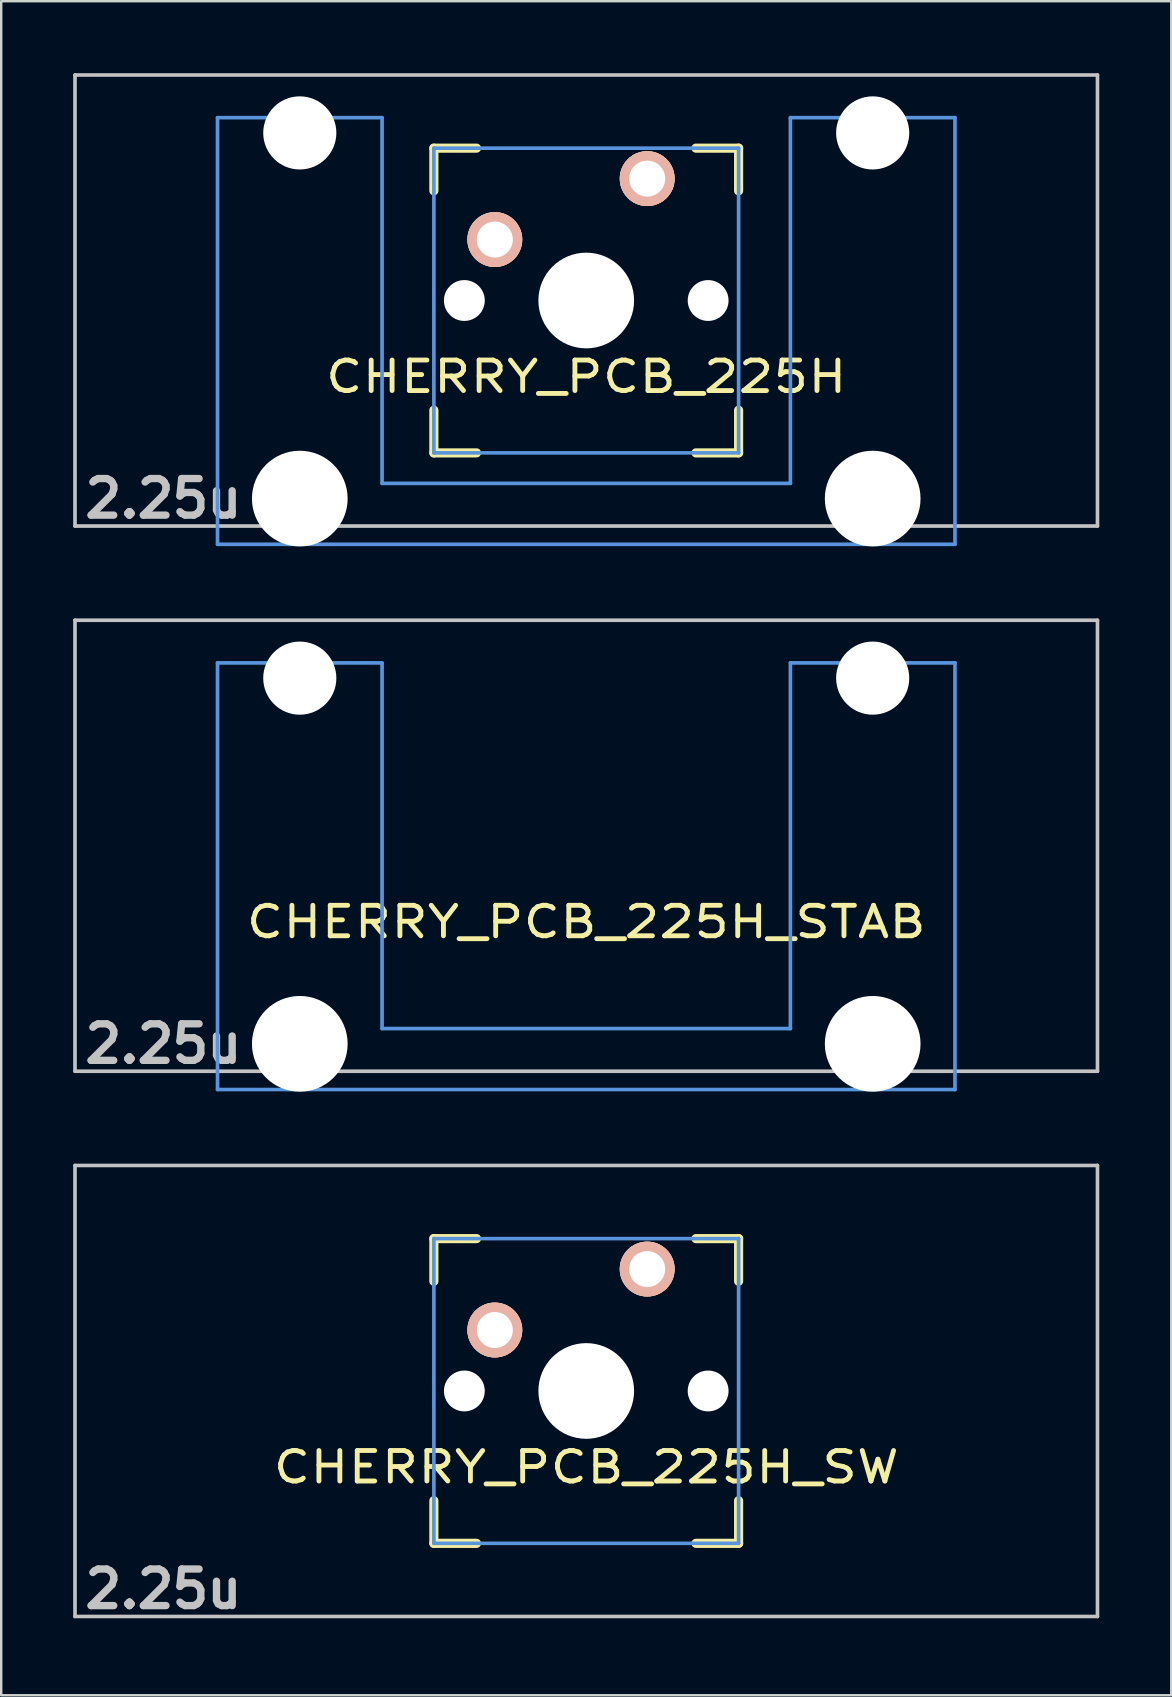
<source format=kicad_pcb>
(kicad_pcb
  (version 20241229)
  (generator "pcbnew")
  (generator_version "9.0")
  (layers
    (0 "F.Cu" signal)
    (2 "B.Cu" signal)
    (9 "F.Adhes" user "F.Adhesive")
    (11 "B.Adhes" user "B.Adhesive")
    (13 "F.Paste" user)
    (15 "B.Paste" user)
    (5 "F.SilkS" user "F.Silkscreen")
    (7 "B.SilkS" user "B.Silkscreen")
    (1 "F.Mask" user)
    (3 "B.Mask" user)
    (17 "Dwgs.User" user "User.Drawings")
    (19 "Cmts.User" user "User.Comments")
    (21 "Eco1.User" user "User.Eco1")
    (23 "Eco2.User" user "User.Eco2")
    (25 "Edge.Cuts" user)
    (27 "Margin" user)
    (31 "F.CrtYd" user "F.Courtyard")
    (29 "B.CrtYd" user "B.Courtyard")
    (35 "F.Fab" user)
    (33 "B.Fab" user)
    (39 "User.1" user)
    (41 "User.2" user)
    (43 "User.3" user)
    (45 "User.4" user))
  (footprint "CHERRY_PCB_225H_SW"
    (layer "F.Cu")
    (at 21.382 54.92)
    (property "Reference" "CHERRY_PCB_225H_SW" (at 0 3.175 0) (layer "F.SilkS") (effects (font (size 1.27 1.524) (thickness 0.203))))
    (attr through_hole)
    (fp_line (start -6.35 -6.35) (end -4.572 -6.35) (stroke (width 0.381) (type solid)) (layer "F.SilkS"))
    (fp_line (start -6.35 -4.572) (end -6.35 -6.35) (stroke (width 0.381) (type solid)) (layer "F.SilkS"))
    (fp_line (start -6.35 6.35) (end -6.35 4.572) (stroke (width 0.381) (type solid)) (layer "F.SilkS"))
    (fp_line (start -4.572 6.35) (end -6.35 6.35) (stroke (width 0.381) (type solid)) (layer "F.SilkS"))
    (fp_line (start 4.572 -6.35) (end 6.35 -6.35) (stroke (width 0.381) (type solid)) (layer "F.SilkS"))
    (fp_line (start 6.35 -6.35) (end 6.35 -4.572) (stroke (width 0.381) (type solid)) (layer "F.SilkS"))
    (fp_line (start 6.35 4.572) (end 6.35 6.35) (stroke (width 0.381) (type solid)) (layer "F.SilkS"))
    (fp_line (start 6.35 6.35) (end 4.572 6.35) (stroke (width 0.381) (type solid)) (layer "F.SilkS"))
    (fp_line (start -21.306 -9.398) (end 21.306 -9.398) (stroke (width 0.152) (type solid)) (layer "Dwgs.User"))
    (fp_line (start -21.306 9.398) (end -21.306 -9.398) (stroke (width 0.152) (type solid)) (layer "Dwgs.User"))
    (fp_line (start 21.306 -9.398) (end 21.306 9.398) (stroke (width 0.152) (type solid)) (layer "Dwgs.User"))
    (fp_line (start 21.306 9.398) (end -21.306 9.398) (stroke (width 0.152) (type solid)) (layer "Dwgs.User"))
    (fp_line (start -6.35 -6.35) (end 6.35 -6.35) (stroke (width 0.152) (type solid)) (layer "Cmts.User"))
    (fp_line (start -6.35 6.35) (end -6.35 -6.35) (stroke (width 0.152) (type solid)) (layer "Cmts.User"))
    (fp_line (start 6.35 -6.35) (end 6.35 6.35) (stroke (width 0.152) (type solid)) (layer "Cmts.User"))
    (fp_line (start 6.35 6.35) (end -6.35 6.35) (stroke (width 0.152) (type solid)) (layer "Cmts.User"))
    (fp_line (start -6.985 -6.985) (end 6.985 -6.985) (stroke (width 0.152) (type solid)) (layer "Eco2.User"))
    (fp_line (start -6.985 -4.877) (end -6.985 -6.985) (stroke (width 0.152) (type solid)) (layer "Eco2.User"))
    (fp_line (start -6.985 6.985) (end -6.985 5.817) (stroke (width 0.152) (type solid)) (layer "Eco2.User"))
    (fp_line (start 6.985 -6.985) (end 6.985 -4.877) (stroke (width 0.152) (type solid)) (layer "Eco2.User"))
    (fp_line (start 6.985 5.817) (end 6.985 6.985) (stroke (width 0.152) (type solid)) (layer "Eco2.User"))
    (fp_line (start 6.985 6.985) (end -6.985 6.985) (stroke (width 0.152) (type solid)) (layer "Eco2.User"))
    (fp_text user "2.25u" (at -17.623 8.255 0) (layer "Dwgs.User") (effects (font (size 1.524 1.524) (thickness 0.305))))
    (pad "" np_thru_hole circle (at -5.08 0) (size 1.702 1.702) (drill 1.702) (layers "*.Cu"))
    (pad "" np_thru_hole circle (at 0 0) (size 3.988 3.988) (drill 3.988) (layers "*.Cu"))
    (pad "" np_thru_hole circle (at 5.08 0) (size 1.702 1.702) (drill 1.702) (layers "*.Cu"))
    (pad "1" thru_hole circle (at 2.54 -5.08) (size 2.286 2.286) (drill 1.499) (layers "*.Cu" "*.SilkS" "*.Mask"))
    (pad "2" thru_hole circle (at -3.81 -2.54) (size 2.286 2.286) (drill 1.499) (layers "*.Cu" "*.SilkS" "*.Mask")))
  (footprint "CHERRY_PCB_225H"
    (layer "F.Cu")
    (at 21.382 9.474)
    (property "Reference" "CHERRY_PCB_225H" (at 0 3.175 0) (layer "F.SilkS") (effects (font (size 1.27 1.524) (thickness 0.203))))
    (attr through_hole)
    (fp_line (start -6.35 -6.35) (end -4.572 -6.35) (stroke (width 0.381) (type solid)) (layer "F.SilkS"))
    (fp_line (start -6.35 -4.572) (end -6.35 -6.35) (stroke (width 0.381) (type solid)) (layer "F.SilkS"))
    (fp_line (start -6.35 6.35) (end -6.35 4.572) (stroke (width 0.381) (type solid)) (layer "F.SilkS"))
    (fp_line (start -4.572 6.35) (end -6.35 6.35) (stroke (width 0.381) (type solid)) (layer "F.SilkS"))
    (fp_line (start 4.572 -6.35) (end 6.35 -6.35) (stroke (width 0.381) (type solid)) (layer "F.SilkS"))
    (fp_line (start 6.35 -6.35) (end 6.35 -4.572) (stroke (width 0.381) (type solid)) (layer "F.SilkS"))
    (fp_line (start 6.35 4.572) (end 6.35 6.35) (stroke (width 0.381) (type solid)) (layer "F.SilkS"))
    (fp_line (start 6.35 6.35) (end 4.572 6.35) (stroke (width 0.381) (type solid)) (layer "F.SilkS"))
    (fp_line (start -21.306 -9.398) (end 21.306 -9.398) (stroke (width 0.152) (type solid)) (layer "Dwgs.User"))
    (fp_line (start -21.306 9.398) (end -21.306 -9.398) (stroke (width 0.152) (type solid)) (layer "Dwgs.User"))
    (fp_line (start 21.306 -9.398) (end 21.306 9.398) (stroke (width 0.152) (type solid)) (layer "Dwgs.User"))
    (fp_line (start 21.306 9.398) (end -21.306 9.398) (stroke (width 0.152) (type solid)) (layer "Dwgs.User"))
    (fp_line (start -15.367 -7.62) (end -15.367 10.16) (stroke (width 0.152) (type solid)) (layer "Cmts.User"))
    (fp_line (start -15.367 10.16) (end 15.367 10.16) (stroke (width 0.152) (type solid)) (layer "Cmts.User"))
    (fp_line (start -8.509 -7.62) (end -15.367 -7.62) (stroke (width 0.152) (type solid)) (layer "Cmts.User"))
    (fp_line (start -8.509 7.62) (end -8.509 -7.62) (stroke (width 0.152) (type solid)) (layer "Cmts.User"))
    (fp_line (start -6.35 -6.35) (end 6.35 -6.35) (stroke (width 0.152) (type solid)) (layer "Cmts.User"))
    (fp_line (start -6.35 6.35) (end -6.35 -6.35) (stroke (width 0.152) (type solid)) (layer "Cmts.User"))
    (fp_line (start 6.35 -6.35) (end 6.35 6.35) (stroke (width 0.152) (type solid)) (layer "Cmts.User"))
    (fp_line (start 6.35 6.35) (end -6.35 6.35) (stroke (width 0.152) (type solid)) (layer "Cmts.User"))
    (fp_line (start 8.509 -7.62) (end 8.509 7.62) (stroke (width 0.152) (type solid)) (layer "Cmts.User"))
    (fp_line (start 8.509 7.62) (end -8.509 7.62) (stroke (width 0.152) (type solid)) (layer "Cmts.User"))
    (fp_line (start 15.367 -7.62) (end 8.509 -7.62) (stroke (width 0.152) (type solid)) (layer "Cmts.User"))
    (fp_line (start 15.367 10.16) (end 15.367 -7.62) (stroke (width 0.152) (type solid)) (layer "Cmts.User"))
    (fp_line (start -16.129 -2.286) (end -15.265 -2.286) (stroke (width 0.152) (type solid)) (layer "Eco2.User"))
    (fp_line (start -16.129 0.508) (end -16.129 -2.286) (stroke (width 0.152) (type solid)) (layer "Eco2.User"))
    (fp_line (start -15.265 -5.69) (end -8.611 -5.69) (stroke (width 0.152) (type solid)) (layer "Eco2.User"))
    (fp_line (start -15.265 -2.286) (end -15.265 -5.69) (stroke (width 0.152) (type solid)) (layer "Eco2.User"))
    (fp_line (start -15.265 0.508) (end -16.129 0.508) (stroke (width 0.152) (type solid)) (layer "Eco2.User"))
    (fp_line (start -15.265 6.604) (end -15.265 0.508) (stroke (width 0.152) (type solid)) (layer "Eco2.User"))
    (fp_line (start -14.224 6.604) (end -15.265 6.604) (stroke (width 0.152) (type solid)) (layer "Eco2.User"))
    (fp_line (start -14.224 7.772) (end -14.224 6.604) (stroke (width 0.152) (type solid)) (layer "Eco2.User"))
    (fp_line (start -9.652 6.604) (end -9.652 7.772) (stroke (width 0.152) (type solid)) (layer "Eco2.User"))
    (fp_line (start -9.652 7.772) (end -14.224 7.772) (stroke (width 0.152) (type solid)) (layer "Eco2.User"))
    (fp_line (start -8.611 -5.69) (end -8.611 -4.877) (stroke (width 0.152) (type solid)) (layer "Eco2.User"))
    (fp_line (start -8.611 -4.877) (end -6.985 -4.877) (stroke (width 0.152) (type solid)) (layer "Eco2.User"))
    (fp_line (start -8.611 5.817) (end -8.611 6.604) (stroke (width 0.152) (type solid)) (layer "Eco2.User"))
    (fp_line (start -8.611 6.604) (end -9.652 6.604) (stroke (width 0.152) (type solid)) (layer "Eco2.User"))
    (fp_line (start -6.985 -6.985) (end 6.985 -6.985) (stroke (width 0.152) (type solid)) (layer "Eco2.User"))
    (fp_line (start -6.985 -4.877) (end -6.985 -6.985) (stroke (width 0.152) (type solid)) (layer "Eco2.User"))
    (fp_line (start -6.985 5.817) (end -8.611 5.817) (stroke (width 0.152) (type solid)) (layer "Eco2.User"))
    (fp_line (start -6.985 6.985) (end -6.985 5.817) (stroke (width 0.152) (type solid)) (layer "Eco2.User"))
    (fp_line (start 6.985 -6.985) (end 6.985 -4.877) (stroke (width 0.152) (type solid)) (layer "Eco2.User"))
    (fp_line (start 6.985 -4.877) (end 8.611 -4.877) (stroke (width 0.152) (type solid)) (layer "Eco2.User"))
    (fp_line (start 6.985 5.817) (end 6.985 6.985) (stroke (width 0.152) (type solid)) (layer "Eco2.User"))
    (fp_line (start 6.985 6.985) (end -6.985 6.985) (stroke (width 0.152) (type solid)) (layer "Eco2.User"))
    (fp_line (start 8.611 -5.69) (end 15.265 -5.69) (stroke (width 0.152) (type solid)) (layer "Eco2.User"))
    (fp_line (start 8.611 -4.877) (end 8.611 -5.69) (stroke (width 0.152) (type solid)) (layer "Eco2.User"))
    (fp_line (start 8.611 5.817) (end 6.985 5.817) (stroke (width 0.152) (type solid)) (layer "Eco2.User"))
    (fp_line (start 8.611 6.604) (end 8.611 5.817) (stroke (width 0.152) (type solid)) (layer "Eco2.User"))
    (fp_line (start 9.652 6.604) (end 8.611 6.604) (stroke (width 0.152) (type solid)) (layer "Eco2.User"))
    (fp_line (start 9.652 7.772) (end 9.652 6.604) (stroke (width 0.152) (type solid)) (layer "Eco2.User"))
    (fp_line (start 14.224 6.604) (end 14.224 7.772) (stroke (width 0.152) (type solid)) (layer "Eco2.User"))
    (fp_line (start 14.224 7.772) (end 9.652 7.772) (stroke (width 0.152) (type solid)) (layer "Eco2.User"))
    (fp_line (start 15.265 -5.69) (end 15.265 -2.286) (stroke (width 0.152) (type solid)) (layer "Eco2.User"))
    (fp_line (start 15.265 -2.286) (end 16.129 -2.286) (stroke (width 0.152) (type solid)) (layer "Eco2.User"))
    (fp_line (start 15.265 0.508) (end 15.265 6.604) (stroke (width 0.152) (type solid)) (layer "Eco2.User"))
    (fp_line (start 15.265 6.604) (end 14.224 6.604) (stroke (width 0.152) (type solid)) (layer "Eco2.User"))
    (fp_line (start 16.129 -2.286) (end 16.129 0.508) (stroke (width 0.152) (type solid)) (layer "Eco2.User"))
    (fp_line (start 16.129 0.508) (end 15.265 0.508) (stroke (width 0.152) (type solid)) (layer "Eco2.User"))
    (fp_text user "2.25u" (at -17.623 8.255 0) (layer "Dwgs.User") (effects (font (size 1.524 1.524) (thickness 0.305))))
    (pad "" np_thru_hole circle (at -11.938 -6.985) (size 3.048 3.048) (drill 3.048) (layers "*.Cu"))
    (pad "" np_thru_hole circle (at -11.938 8.255) (size 3.988 3.988) (drill 3.988) (layers "*.Cu"))
    (pad "" np_thru_hole circle (at -5.08 0) (size 1.702 1.702) (drill 1.702) (layers "*.Cu"))
    (pad "" np_thru_hole circle (at 0 0) (size 3.988 3.988) (drill 3.988) (layers "*.Cu"))
    (pad "" np_thru_hole circle (at 5.08 0) (size 1.702 1.702) (drill 1.702) (layers "*.Cu"))
    (pad "" np_thru_hole circle (at 11.938 -6.985) (size 3.048 3.048) (drill 3.048) (layers "*.Cu"))
    (pad "" np_thru_hole circle (at 11.938 8.255) (size 3.988 3.988) (drill 3.988) (layers "*.Cu"))
    (pad "1" thru_hole circle (at 2.54 -5.08) (size 2.286 2.286) (drill 1.499) (layers "*.Cu" "*.SilkS" "*.Mask"))
    (pad "2" thru_hole circle (at -3.81 -2.54) (size 2.286 2.286) (drill 1.499) (layers "*.Cu" "*.SilkS" "*.Mask")))
  (footprint "CHERRY_PCB_225H_STAB"
    (layer "F.Cu")
    (at 21.382 32.197)
    (property "Reference" "CHERRY_PCB_225H_STAB" (at 0 3.175 0) (layer "F.SilkS") (effects (font (size 1.27 1.524) (thickness 0.203))))
    (attr through_hole)
    (fp_line (start -21.306 -9.398) (end 21.306 -9.398) (stroke (width 0.152) (type solid)) (layer "Dwgs.User"))
    (fp_line (start -21.306 9.398) (end -21.306 -9.398) (stroke (width 0.152) (type solid)) (layer "Dwgs.User"))
    (fp_line (start 21.306 -9.398) (end 21.306 9.398) (stroke (width 0.152) (type solid)) (layer "Dwgs.User"))
    (fp_line (start 21.306 9.398) (end -21.306 9.398) (stroke (width 0.152) (type solid)) (layer "Dwgs.User"))
    (fp_line (start -15.367 -7.62) (end -15.367 10.16) (stroke (width 0.152) (type solid)) (layer "Cmts.User"))
    (fp_line (start -15.367 10.16) (end 15.367 10.16) (stroke (width 0.152) (type solid)) (layer "Cmts.User"))
    (fp_line (start -8.509 -7.62) (end -15.367 -7.62) (stroke (width 0.152) (type solid)) (layer "Cmts.User"))
    (fp_line (start -8.509 7.62) (end -8.509 -7.62) (stroke (width 0.152) (type solid)) (layer "Cmts.User"))
    (fp_line (start 8.509 -7.62) (end 8.509 7.62) (stroke (width 0.152) (type solid)) (layer "Cmts.User"))
    (fp_line (start 8.509 7.62) (end -8.509 7.62) (stroke (width 0.152) (type solid)) (layer "Cmts.User"))
    (fp_line (start 15.367 -7.62) (end 8.509 -7.62) (stroke (width 0.152) (type solid)) (layer "Cmts.User"))
    (fp_line (start 15.367 10.16) (end 15.367 -7.62) (stroke (width 0.152) (type solid)) (layer "Cmts.User"))
    (fp_line (start -16.129 -2.286) (end -15.265 -2.286) (stroke (width 0.152) (type solid)) (layer "Eco2.User"))
    (fp_line (start -16.129 0.508) (end -16.129 -2.286) (stroke (width 0.152) (type solid)) (layer "Eco2.User"))
    (fp_line (start -15.265 -5.69) (end -8.611 -5.69) (stroke (width 0.152) (type solid)) (layer "Eco2.User"))
    (fp_line (start -15.265 -2.286) (end -15.265 -5.69) (stroke (width 0.152) (type solid)) (layer "Eco2.User"))
    (fp_line (start -15.265 0.508) (end -16.129 0.508) (stroke (width 0.152) (type solid)) (layer "Eco2.User"))
    (fp_line (start -15.265 6.604) (end -15.265 0.508) (stroke (width 0.152) (type solid)) (layer "Eco2.User"))
    (fp_line (start -14.224 6.604) (end -15.265 6.604) (stroke (width 0.152) (type solid)) (layer "Eco2.User"))
    (fp_line (start -14.224 7.772) (end -14.224 6.604) (stroke (width 0.152) (type solid)) (layer "Eco2.User"))
    (fp_line (start -9.652 6.604) (end -9.652 7.772) (stroke (width 0.152) (type solid)) (layer "Eco2.User"))
    (fp_line (start -9.652 7.772) (end -14.224 7.772) (stroke (width 0.152) (type solid)) (layer "Eco2.User"))
    (fp_line (start -8.611 -5.69) (end -8.611 -4.877) (stroke (width 0.152) (type solid)) (layer "Eco2.User"))
    (fp_line (start -8.611 -4.877) (end -6.985 -4.877) (stroke (width 0.152) (type solid)) (layer "Eco2.User"))
    (fp_line (start -8.611 5.817) (end -8.611 6.604) (stroke (width 0.152) (type solid)) (layer "Eco2.User"))
    (fp_line (start -8.611 6.604) (end -9.652 6.604) (stroke (width 0.152) (type solid)) (layer "Eco2.User"))
    (fp_line (start -6.985 -6.985) (end 6.985 -6.985) (stroke (width 0.152) (type solid)) (layer "Eco2.User"))
    (fp_line (start -6.985 -4.877) (end -6.985 -6.985) (stroke (width 0.152) (type solid)) (layer "Eco2.User"))
    (fp_line (start -6.985 5.817) (end -8.611 5.817) (stroke (width 0.152) (type solid)) (layer "Eco2.User"))
    (fp_line (start -6.985 6.985) (end -6.985 5.817) (stroke (width 0.152) (type solid)) (layer "Eco2.User"))
    (fp_line (start 6.985 -6.985) (end 6.985 -4.877) (stroke (width 0.152) (type solid)) (layer "Eco2.User"))
    (fp_line (start 6.985 -4.877) (end 8.611 -4.877) (stroke (width 0.152) (type solid)) (layer "Eco2.User"))
    (fp_line (start 6.985 5.817) (end 6.985 6.985) (stroke (width 0.152) (type solid)) (layer "Eco2.User"))
    (fp_line (start 6.985 6.985) (end -6.985 6.985) (stroke (width 0.152) (type solid)) (layer "Eco2.User"))
    (fp_line (start 8.611 -5.69) (end 15.265 -5.69) (stroke (width 0.152) (type solid)) (layer "Eco2.User"))
    (fp_line (start 8.611 -4.877) (end 8.611 -5.69) (stroke (width 0.152) (type solid)) (layer "Eco2.User"))
    (fp_line (start 8.611 5.817) (end 6.985 5.817) (stroke (width 0.152) (type solid)) (layer "Eco2.User"))
    (fp_line (start 8.611 6.604) (end 8.611 5.817) (stroke (width 0.152) (type solid)) (layer "Eco2.User"))
    (fp_line (start 9.652 6.604) (end 8.611 6.604) (stroke (width 0.152) (type solid)) (layer "Eco2.User"))
    (fp_line (start 9.652 7.772) (end 9.652 6.604) (stroke (width 0.152) (type solid)) (layer "Eco2.User"))
    (fp_line (start 14.224 6.604) (end 14.224 7.772) (stroke (width 0.152) (type solid)) (layer "Eco2.User"))
    (fp_line (start 14.224 7.772) (end 9.652 7.772) (stroke (width 0.152) (type solid)) (layer "Eco2.User"))
    (fp_line (start 15.265 -5.69) (end 15.265 -2.286) (stroke (width 0.152) (type solid)) (layer "Eco2.User"))
    (fp_line (start 15.265 -2.286) (end 16.129 -2.286) (stroke (width 0.152) (type solid)) (layer "Eco2.User"))
    (fp_line (start 15.265 0.508) (end 15.265 6.604) (stroke (width 0.152) (type solid)) (layer "Eco2.User"))
    (fp_line (start 15.265 6.604) (end 14.224 6.604) (stroke (width 0.152) (type solid)) (layer "Eco2.User"))
    (fp_line (start 16.129 -2.286) (end 16.129 0.508) (stroke (width 0.152) (type solid)) (layer "Eco2.User"))
    (fp_line (start 16.129 0.508) (end 15.265 0.508) (stroke (width 0.152) (type solid)) (layer "Eco2.User"))
    (fp_text user "2.25u" (at -17.623 8.255 0) (layer "Dwgs.User") (effects (font (size 1.524 1.524) (thickness 0.305))))
    (pad "" np_thru_hole circle (at -11.938 -6.985) (size 3.048 3.048) (drill 3.048) (layers "*.Cu"))
    (pad "" np_thru_hole circle (at -11.938 8.255) (size 3.988 3.988) (drill 3.988) (layers "*.Cu"))
    (pad "" np_thru_hole circle (at 11.938 -6.985) (size 3.048 3.048) (drill 3.048) (layers "*.Cu"))
    (pad "" np_thru_hole circle (at 11.938 8.255) (size 3.988 3.988) (drill 3.988) (layers "*.Cu")))
  (gr_rect
    (start -3 -3)
    (end 45.763 67.602)
    (stroke (width 0.1) (type default))
    (fill no)
    (layer "Edge.Cuts")))
</source>
